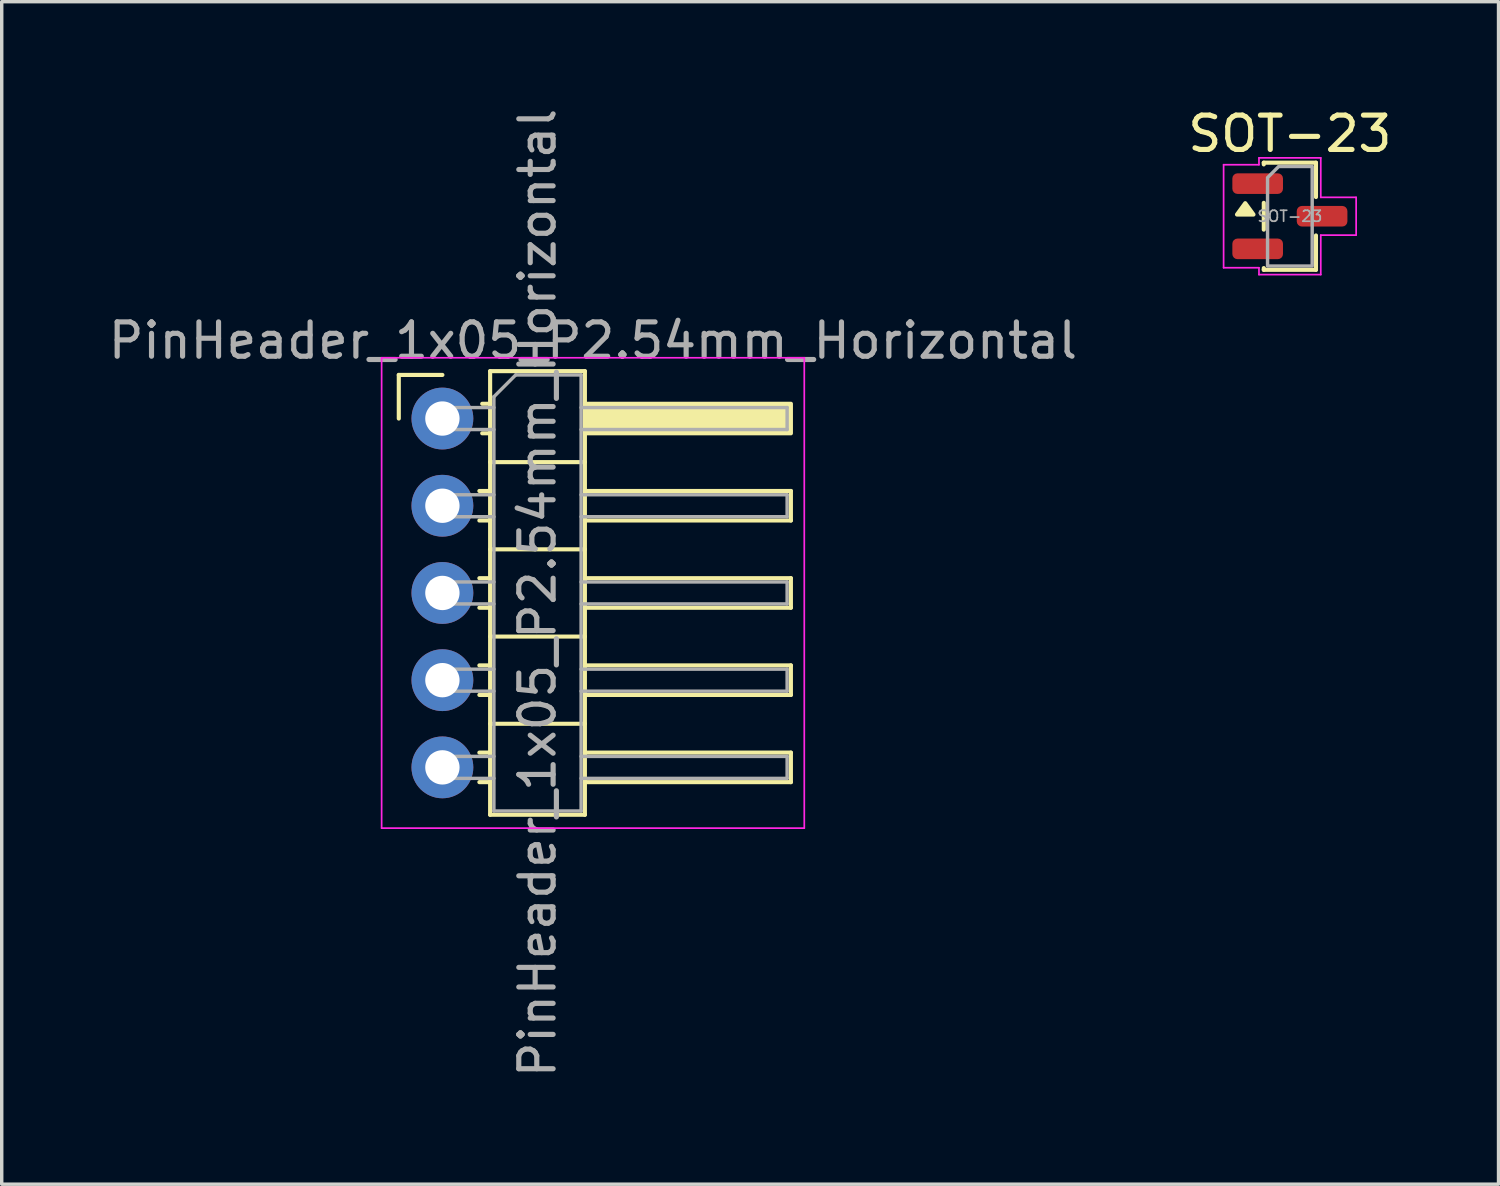
<source format=kicad_pcb>
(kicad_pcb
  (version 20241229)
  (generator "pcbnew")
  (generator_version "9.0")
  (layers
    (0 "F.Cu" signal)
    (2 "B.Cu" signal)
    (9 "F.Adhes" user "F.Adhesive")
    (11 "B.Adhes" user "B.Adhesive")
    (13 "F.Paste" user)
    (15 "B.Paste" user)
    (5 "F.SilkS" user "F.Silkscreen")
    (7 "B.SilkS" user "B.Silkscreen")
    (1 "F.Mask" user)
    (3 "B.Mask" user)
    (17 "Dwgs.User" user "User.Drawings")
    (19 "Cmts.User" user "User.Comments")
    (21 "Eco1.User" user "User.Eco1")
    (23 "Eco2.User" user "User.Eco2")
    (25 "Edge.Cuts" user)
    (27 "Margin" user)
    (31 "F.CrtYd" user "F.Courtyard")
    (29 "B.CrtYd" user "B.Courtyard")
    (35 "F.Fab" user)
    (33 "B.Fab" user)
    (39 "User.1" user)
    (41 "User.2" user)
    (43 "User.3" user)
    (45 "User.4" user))
  (footprint "SOT-23"
    (layer "F.Cu")
    (at 34.518 3.248)
    (property "Reference" "SOT-23" (at 0 -2.4 0) (layer "F.SilkS") (effects (font (size 1 1) (thickness 0.15))))
    (attr smd)
    (fp_line (start -0.76 -1.56) (end 0.76 -1.56) (stroke (width 0.12) (type solid)) (layer "F.SilkS"))
    (fp_line (start -0.76 -1.51) (end -0.76 -1.56) (stroke (width 0.12) (type solid)) (layer "F.SilkS"))
    (fp_line (start -0.76 0.39) (end -0.76 -0.39) (stroke (width 0.12) (type solid)) (layer "F.SilkS"))
    (fp_line (start -0.76 1.56) (end -0.76 1.51) (stroke (width 0.12) (type solid)) (layer "F.SilkS"))
    (fp_line (start 0.76 -1.56) (end 0.76 -0.56) (stroke (width 0.12) (type solid)) (layer "F.SilkS"))
    (fp_line (start 0.76 0.56) (end 0.76 1.56) (stroke (width 0.12) (type solid)) (layer "F.SilkS"))
    (fp_line (start 0.76 1.56) (end -0.76 1.56) (stroke (width 0.12) (type solid)) (layer "F.SilkS"))
    (fp_poly (pts (xy -1.3 -0.38) (xy -1.06 -0.05) (xy -1.54 -0.05)) (stroke (width 0.12) (type solid)) (fill yes) (layer "F.SilkS"))
    (fp_line (start -1.93 -1.5) (end -0.9 -1.5) (stroke (width 0.05) (type solid)) (layer "F.CrtYd"))
    (fp_line (start -1.93 1.5) (end -1.93 -1.5) (stroke (width 0.05) (type solid)) (layer "F.CrtYd"))
    (fp_line (start -0.9 -1.7) (end 0.9 -1.7) (stroke (width 0.05) (type solid)) (layer "F.CrtYd"))
    (fp_line (start -0.9 -1.5) (end -0.9 -1.7) (stroke (width 0.05) (type solid)) (layer "F.CrtYd"))
    (fp_line (start -0.9 1.5) (end -1.93 1.5) (stroke (width 0.05) (type solid)) (layer "F.CrtYd"))
    (fp_line (start -0.9 1.7) (end -0.9 1.5) (stroke (width 0.05) (type solid)) (layer "F.CrtYd"))
    (fp_line (start 0.9 -1.7) (end 0.9 -0.55) (stroke (width 0.05) (type solid)) (layer "F.CrtYd"))
    (fp_line (start 0.9 -0.55) (end 1.93 -0.55) (stroke (width 0.05) (type solid)) (layer "F.CrtYd"))
    (fp_line (start 0.9 0.55) (end 0.9 1.7) (stroke (width 0.05) (type solid)) (layer "F.CrtYd"))
    (fp_line (start 0.9 1.7) (end -0.9 1.7) (stroke (width 0.05) (type solid)) (layer "F.CrtYd"))
    (fp_line (start 1.93 -0.55) (end 1.93 0.55) (stroke (width 0.05) (type solid)) (layer "F.CrtYd"))
    (fp_line (start 1.93 0.55) (end 0.9 0.55) (stroke (width 0.05) (type solid)) (layer "F.CrtYd"))
    (fp_poly (pts (xy -0.65 -1.125) (xy -0.65 1.45) (xy 0.65 1.45) (xy 0.65 -1.45) (xy -0.325 -1.45)) (stroke (width 0.1) (type solid)) (fill no) (layer "F.Fab"))
    (fp_text user "${REFERENCE}" (at 0 0 0) (layer "F.Fab") (effects (font (size 0.32 0.32) (thickness 0.05))))
    (pad "1" smd roundrect (at -0.938 -0.95) (size 1.475 0.6) (layers "F.Cu" "F.Mask" "F.Paste") (roundrect_rratio 0.25))
    (pad "2" smd roundrect (at -0.938 0.95) (size 1.475 0.6) (layers "F.Cu" "F.Mask" "F.Paste") (roundrect_rratio 0.25))
    (pad "3" smd roundrect (at 0.938 0) (size 1.475 0.6) (layers "F.Cu" "F.Mask" "F.Paste") (roundrect_rratio 0.25)))
  (footprint "PinHeader_1x05_P2.54mm_Horizontal"
    (layer "F.Cu")
    (at 9.835 9.14)
    (property "Reference" "PinHeader_1x05_P2.54mm_Horizontal" (at 4.385 -2.27 0) (layer "F.Fab") (effects (font (size 1 1) (thickness 0.15))))
    (attr through_hole)
    (fp_line (start -1.27 -1.27) (end 0 -1.27) (stroke (width 0.12) (type solid)) (layer "F.SilkS"))
    (fp_line (start -1.27 0) (end -1.27 -1.27) (stroke (width 0.12) (type solid)) (layer "F.SilkS"))
    (fp_line (start 1.077 2.11) (end 1.39 2.11) (stroke (width 0.12) (type solid)) (layer "F.SilkS"))
    (fp_line (start 1.077 2.97) (end 1.39 2.97) (stroke (width 0.12) (type solid)) (layer "F.SilkS"))
    (fp_line (start 1.077 4.65) (end 1.39 4.65) (stroke (width 0.12) (type solid)) (layer "F.SilkS"))
    (fp_line (start 1.077 5.51) (end 1.39 5.51) (stroke (width 0.12) (type solid)) (layer "F.SilkS"))
    (fp_line (start 1.077 7.19) (end 1.39 7.19) (stroke (width 0.12) (type solid)) (layer "F.SilkS"))
    (fp_line (start 1.077 8.05) (end 1.39 8.05) (stroke (width 0.12) (type solid)) (layer "F.SilkS"))
    (fp_line (start 1.077 9.73) (end 1.39 9.73) (stroke (width 0.12) (type solid)) (layer "F.SilkS"))
    (fp_line (start 1.077 10.59) (end 1.39 10.59) (stroke (width 0.12) (type solid)) (layer "F.SilkS"))
    (fp_line (start 1.16 -0.43) (end 1.39 -0.43) (stroke (width 0.12) (type solid)) (layer "F.SilkS"))
    (fp_line (start 1.16 0.43) (end 1.39 0.43) (stroke (width 0.12) (type solid)) (layer "F.SilkS"))
    (fp_line (start 1.39 -1.38) (end 1.39 11.54) (stroke (width 0.12) (type solid)) (layer "F.SilkS"))
    (fp_line (start 1.39 1.27) (end 4.15 1.27) (stroke (width 0.12) (type solid)) (layer "F.SilkS"))
    (fp_line (start 1.39 3.81) (end 4.15 3.81) (stroke (width 0.12) (type solid)) (layer "F.SilkS"))
    (fp_line (start 1.39 6.35) (end 4.15 6.35) (stroke (width 0.12) (type solid)) (layer "F.SilkS"))
    (fp_line (start 1.39 8.89) (end 4.15 8.89) (stroke (width 0.12) (type solid)) (layer "F.SilkS"))
    (fp_line (start 1.39 11.54) (end 4.15 11.54) (stroke (width 0.12) (type solid)) (layer "F.SilkS"))
    (fp_line (start 4.15 -1.38) (end 1.39 -1.38) (stroke (width 0.12) (type solid)) (layer "F.SilkS"))
    (fp_line (start 4.15 2.11) (end 10.15 2.11) (stroke (width 0.12) (type solid)) (layer "F.SilkS"))
    (fp_line (start 4.15 4.65) (end 10.15 4.65) (stroke (width 0.12) (type solid)) (layer "F.SilkS"))
    (fp_line (start 4.15 7.19) (end 10.15 7.19) (stroke (width 0.12) (type solid)) (layer "F.SilkS"))
    (fp_line (start 4.15 9.73) (end 10.15 9.73) (stroke (width 0.12) (type solid)) (layer "F.SilkS"))
    (fp_line (start 4.15 11.54) (end 4.15 -1.38) (stroke (width 0.12) (type solid)) (layer "F.SilkS"))
    (fp_line (start 10.15 2.11) (end 10.15 2.97) (stroke (width 0.12) (type solid)) (layer "F.SilkS"))
    (fp_line (start 10.15 2.97) (end 4.15 2.97) (stroke (width 0.12) (type solid)) (layer "F.SilkS"))
    (fp_line (start 10.15 4.65) (end 10.15 5.51) (stroke (width 0.12) (type solid)) (layer "F.SilkS"))
    (fp_line (start 10.15 5.51) (end 4.15 5.51) (stroke (width 0.12) (type solid)) (layer "F.SilkS"))
    (fp_line (start 10.15 7.19) (end 10.15 8.05) (stroke (width 0.12) (type solid)) (layer "F.SilkS"))
    (fp_line (start 10.15 8.05) (end 4.15 8.05) (stroke (width 0.12) (type solid)) (layer "F.SilkS"))
    (fp_line (start 10.15 9.73) (end 10.15 10.59) (stroke (width 0.12) (type solid)) (layer "F.SilkS"))
    (fp_line (start 10.15 10.59) (end 4.15 10.59) (stroke (width 0.12) (type solid)) (layer "F.SilkS"))
    (fp_rect (start 4.15 -0.43) (end 10.15 0.43) (stroke (width 0.12) (type solid)) (fill yes) (layer "F.SilkS"))
    (fp_line (start -1.77 -1.77) (end -1.77 11.93) (stroke (width 0.05) (type solid)) (layer "F.CrtYd"))
    (fp_line (start -1.77 11.93) (end 10.54 11.93) (stroke (width 0.05) (type solid)) (layer "F.CrtYd"))
    (fp_line (start 10.54 -1.77) (end -1.77 -1.77) (stroke (width 0.05) (type solid)) (layer "F.CrtYd"))
    (fp_line (start 10.54 11.93) (end 10.54 -1.77) (stroke (width 0.05) (type solid)) (layer "F.CrtYd"))
    (fp_line (start -0.32 -0.32) (end -0.32 0.32) (stroke (width 0.1) (type solid)) (layer "F.Fab"))
    (fp_line (start -0.32 -0.32) (end 1.5 -0.32) (stroke (width 0.1) (type solid)) (layer "F.Fab"))
    (fp_line (start -0.32 0.32) (end 1.5 0.32) (stroke (width 0.1) (type solid)) (layer "F.Fab"))
    (fp_line (start -0.32 2.22) (end -0.32 2.86) (stroke (width 0.1) (type solid)) (layer "F.Fab"))
    (fp_line (start -0.32 2.22) (end 1.5 2.22) (stroke (width 0.1) (type solid)) (layer "F.Fab"))
    (fp_line (start -0.32 2.86) (end 1.5 2.86) (stroke (width 0.1) (type solid)) (layer "F.Fab"))
    (fp_line (start -0.32 4.76) (end -0.32 5.4) (stroke (width 0.1) (type solid)) (layer "F.Fab"))
    (fp_line (start -0.32 4.76) (end 1.5 4.76) (stroke (width 0.1) (type solid)) (layer "F.Fab"))
    (fp_line (start -0.32 5.4) (end 1.5 5.4) (stroke (width 0.1) (type solid)) (layer "F.Fab"))
    (fp_line (start -0.32 7.3) (end -0.32 7.94) (stroke (width 0.1) (type solid)) (layer "F.Fab"))
    (fp_line (start -0.32 7.3) (end 1.5 7.3) (stroke (width 0.1) (type solid)) (layer "F.Fab"))
    (fp_line (start -0.32 7.94) (end 1.5 7.94) (stroke (width 0.1) (type solid)) (layer "F.Fab"))
    (fp_line (start -0.32 9.84) (end -0.32 10.48) (stroke (width 0.1) (type solid)) (layer "F.Fab"))
    (fp_line (start -0.32 9.84) (end 1.5 9.84) (stroke (width 0.1) (type solid)) (layer "F.Fab"))
    (fp_line (start -0.32 10.48) (end 1.5 10.48) (stroke (width 0.1) (type solid)) (layer "F.Fab"))
    (fp_line (start 1.5 -0.635) (end 2.135 -1.27) (stroke (width 0.1) (type solid)) (layer "F.Fab"))
    (fp_line (start 1.5 11.43) (end 1.5 -0.635) (stroke (width 0.1) (type solid)) (layer "F.Fab"))
    (fp_line (start 2.135 -1.27) (end 4.04 -1.27) (stroke (width 0.1) (type solid)) (layer "F.Fab"))
    (fp_line (start 4.04 -1.27) (end 4.04 11.43) (stroke (width 0.1) (type solid)) (layer "F.Fab"))
    (fp_line (start 4.04 -0.32) (end 10.04 -0.32) (stroke (width 0.1) (type solid)) (layer "F.Fab"))
    (fp_line (start 4.04 0.32) (end 10.04 0.32) (stroke (width 0.1) (type solid)) (layer "F.Fab"))
    (fp_line (start 4.04 2.22) (end 10.04 2.22) (stroke (width 0.1) (type solid)) (layer "F.Fab"))
    (fp_line (start 4.04 2.86) (end 10.04 2.86) (stroke (width 0.1) (type solid)) (layer "F.Fab"))
    (fp_line (start 4.04 4.76) (end 10.04 4.76) (stroke (width 0.1) (type solid)) (layer "F.Fab"))
    (fp_line (start 4.04 5.4) (end 10.04 5.4) (stroke (width 0.1) (type solid)) (layer "F.Fab"))
    (fp_line (start 4.04 7.3) (end 10.04 7.3) (stroke (width 0.1) (type solid)) (layer "F.Fab"))
    (fp_line (start 4.04 7.94) (end 10.04 7.94) (stroke (width 0.1) (type solid)) (layer "F.Fab"))
    (fp_line (start 4.04 9.84) (end 10.04 9.84) (stroke (width 0.1) (type solid)) (layer "F.Fab"))
    (fp_line (start 4.04 10.48) (end 10.04 10.48) (stroke (width 0.1) (type solid)) (layer "F.Fab"))
    (fp_line (start 4.04 11.43) (end 1.5 11.43) (stroke (width 0.1) (type solid)) (layer "F.Fab"))
    (fp_line (start 10.04 -0.32) (end 10.04 0.32) (stroke (width 0.1) (type solid)) (layer "F.Fab"))
    (fp_line (start 10.04 2.22) (end 10.04 2.86) (stroke (width 0.1) (type solid)) (layer "F.Fab"))
    (fp_line (start 10.04 4.76) (end 10.04 5.4) (stroke (width 0.1) (type solid)) (layer "F.Fab"))
    (fp_line (start 10.04 7.3) (end 10.04 7.94) (stroke (width 0.1) (type solid)) (layer "F.Fab"))
    (fp_line (start 10.04 9.84) (end 10.04 10.48) (stroke (width 0.1) (type solid)) (layer "F.Fab"))
    (fp_text user "${REFERENCE}" (at 2.77 5.08 90) (layer "F.Fab") (effects (font (size 1 1) (thickness 0.15))))
    (pad "1" thru_hole circle (at 0 0) (size 1.8 1.8) (drill 1) (layers "*.Cu" "*.Mask"))
    (pad "2" thru_hole circle (at 0 2.54) (size 1.8 1.8) (drill 1) (layers "*.Cu" "*.Mask"))
    (pad "3" thru_hole circle (at 0 5.08) (size 1.8 1.8) (drill 1) (layers "*.Cu" "*.Mask"))
    (pad "4" thru_hole circle (at 0 7.62) (size 1.8 1.8) (drill 1) (layers "*.Cu" "*.Mask"))
    (pad "5" thru_hole circle (at 0 10.16) (size 1.8 1.8) (drill 1) (layers "*.Cu" "*.Mask")))
  (gr_rect
    (start -3 -3)
    (end 40.595 31.44)
    (stroke (width 0.1) (type default))
    (fill no)
    (layer "Edge.Cuts")))
</source>
